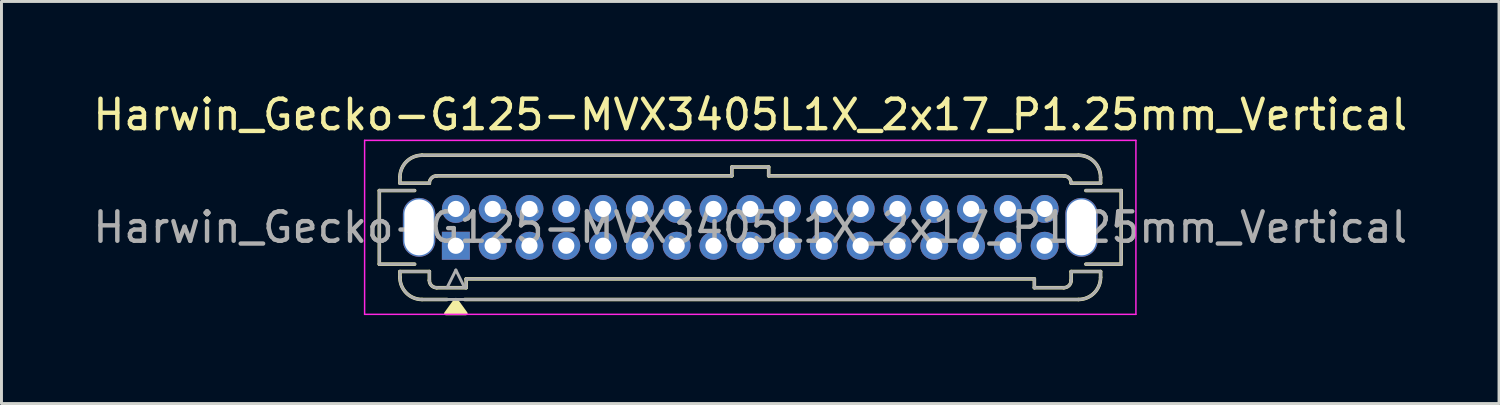
<source format=kicad_pcb>
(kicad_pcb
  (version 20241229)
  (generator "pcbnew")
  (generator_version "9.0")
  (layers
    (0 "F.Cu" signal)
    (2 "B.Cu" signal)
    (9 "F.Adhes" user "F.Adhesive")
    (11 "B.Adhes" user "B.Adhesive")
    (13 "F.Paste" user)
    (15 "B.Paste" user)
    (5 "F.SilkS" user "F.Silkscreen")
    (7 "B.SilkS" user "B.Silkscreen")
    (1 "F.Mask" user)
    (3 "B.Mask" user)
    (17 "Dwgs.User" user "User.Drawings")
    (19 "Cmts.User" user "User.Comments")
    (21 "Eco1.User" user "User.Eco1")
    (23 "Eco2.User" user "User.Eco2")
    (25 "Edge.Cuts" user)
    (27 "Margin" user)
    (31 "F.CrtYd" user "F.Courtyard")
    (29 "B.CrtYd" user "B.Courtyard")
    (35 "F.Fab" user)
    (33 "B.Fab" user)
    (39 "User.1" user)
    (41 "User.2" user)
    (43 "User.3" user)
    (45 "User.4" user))
  (footprint "Harwin_Gecko-G125-MVX3405L1X_2x17_P1.25mm_Vertical"
    (layer "F.Cu")
    (at 12.435 5.298)
    (property "Reference" "Harwin_Gecko-G125-MVX3405L1X_2x17_P1.25mm_Vertical" (at 10 -4.45 0) (layer "F.SilkS") (effects (font (size 1 1) (thickness 0.15))))
    (attr through_hole)
    (fp_line (start -2.6 -1.875) (end -2.6 0.625) (stroke (width 0.12) (type solid)) (layer "F.SilkS"))
    (fp_line (start -2.6 0.625) (end -1.4 0.625) (stroke (width 0.12) (type solid)) (layer "F.SilkS"))
    (fp_line (start -1.9 -2.325) (end -1.9 -2.125) (stroke (width 0.12) (type solid)) (layer "F.SilkS"))
    (fp_line (start -1.9 -2.125) (end -0.9 -2.125) (stroke (width 0.12) (type solid)) (layer "F.SilkS"))
    (fp_line (start -1.9 0.875) (end -0.9 0.875) (stroke (width 0.12) (type solid)) (layer "F.SilkS"))
    (fp_line (start -1.9 1.075) (end -1.9 0.875) (stroke (width 0.12) (type solid)) (layer "F.SilkS"))
    (fp_line (start -1.4 -1.875) (end -2.6 -1.875) (stroke (width 0.12) (type solid)) (layer "F.SilkS"))
    (fp_line (start -1.15 -3.075) (end 21.15 -3.075) (stroke (width 0.12) (type solid)) (layer "F.SilkS"))
    (fp_line (start -1.15 1.825) (end -0.3 1.825) (stroke (width 0.12) (type solid)) (layer "F.SilkS"))
    (fp_line (start -0.9 1.175) (end -0.9 0.875) (stroke (width 0.12) (type solid)) (layer "F.SilkS"))
    (fp_line (start -0.65 -2.375) (end 9.375 -2.375) (stroke (width 0.12) (type solid)) (layer "F.SilkS"))
    (fp_line (start -0.65 1.425) (end 0.35 1.425) (stroke (width 0.12) (type solid)) (layer "F.SilkS"))
    (fp_line (start 0.3 1.825) (end 21.15 1.825) (stroke (width 0.12) (type solid)) (layer "F.SilkS"))
    (fp_line (start 0.35 1.125) (end 19.65 1.125) (stroke (width 0.12) (type solid)) (layer "F.SilkS"))
    (fp_line (start 0.35 1.425) (end 0.35 1.125) (stroke (width 0.12) (type solid)) (layer "F.SilkS"))
    (fp_line (start 9.375 -2.675) (end 10.625 -2.675) (stroke (width 0.12) (type solid)) (layer "F.SilkS"))
    (fp_line (start 9.375 -2.375) (end 9.375 -2.675) (stroke (width 0.12) (type solid)) (layer "F.SilkS"))
    (fp_line (start 10.625 -2.675) (end 10.625 -2.375) (stroke (width 0.12) (type solid)) (layer "F.SilkS"))
    (fp_line (start 10.625 -2.375) (end 20.65 -2.375) (stroke (width 0.12) (type solid)) (layer "F.SilkS"))
    (fp_line (start 19.65 1.125) (end 19.65 1.425) (stroke (width 0.12) (type solid)) (layer "F.SilkS"))
    (fp_line (start 19.65 1.425) (end 20.65 1.425) (stroke (width 0.12) (type solid)) (layer "F.SilkS"))
    (fp_line (start 20.9 1.175) (end 20.9 0.875) (stroke (width 0.12) (type solid)) (layer "F.SilkS"))
    (fp_line (start 21.4 -1.875) (end 22.6 -1.875) (stroke (width 0.12) (type solid)) (layer "F.SilkS"))
    (fp_line (start 21.9 -2.325) (end 21.9 -2.125) (stroke (width 0.12) (type solid)) (layer "F.SilkS"))
    (fp_line (start 21.9 -2.125) (end 20.9 -2.125) (stroke (width 0.12) (type solid)) (layer "F.SilkS"))
    (fp_line (start 21.9 0.875) (end 20.9 0.875) (stroke (width 0.12) (type solid)) (layer "F.SilkS"))
    (fp_line (start 21.9 1.075) (end 21.9 0.875) (stroke (width 0.12) (type solid)) (layer "F.SilkS"))
    (fp_line (start 22.6 -1.875) (end 22.6 0.625) (stroke (width 0.12) (type solid)) (layer "F.SilkS"))
    (fp_line (start 22.6 0.625) (end 21.4 0.625) (stroke (width 0.12) (type solid)) (layer "F.SilkS"))
    (fp_arc (start -1.9 -2.325) (mid -1.68033 -2.85533) (end -1.15 -3.075) (stroke (width 0.12) (type solid)) (layer "F.SilkS"))
    (fp_arc (start -1.15 1.825) (mid -1.68033 1.60533) (end -1.9 1.075) (stroke (width 0.12) (type solid)) (layer "F.SilkS"))
    (fp_arc (start -0.9 -2.125) (mid -0.826777 -2.301777) (end -0.65 -2.375) (stroke (width 0.12) (type solid)) (layer "F.SilkS"))
    (fp_arc (start -0.65 1.425) (mid -0.826777 1.351777) (end -0.9 1.175) (stroke (width 0.12) (type solid)) (layer "F.SilkS"))
    (fp_arc (start 20.65 -2.375) (mid 20.826777 -2.301777) (end 20.9 -2.125) (stroke (width 0.12) (type solid)) (layer "F.SilkS"))
    (fp_arc (start 20.9 1.175) (mid 20.826777 1.351777) (end 20.65 1.425) (stroke (width 0.12) (type solid)) (layer "F.SilkS"))
    (fp_arc (start 21.15 -3.075) (mid 21.68033 -2.85533) (end 21.9 -2.325) (stroke (width 0.12) (type solid)) (layer "F.SilkS"))
    (fp_arc (start 21.9 1.075) (mid 21.68033 1.60533) (end 21.15 1.825) (stroke (width 0.12) (type solid)) (layer "F.SilkS"))
    (fp_poly (pts (xy 0 1.83) (xy -0.34 2.3) (xy 0.34 2.3) (xy 0 1.83)) (stroke (width 0.12) (type solid)) (fill yes) (layer "F.SilkS"))
    (fp_line (start -3.1 -3.58) (end -3.1 2.33) (stroke (width 0.05) (type solid)) (layer "F.CrtYd"))
    (fp_line (start -3.1 2.33) (end 23.1 2.33) (stroke (width 0.05) (type solid)) (layer "F.CrtYd"))
    (fp_line (start 23.1 -3.58) (end -3.1 -3.58) (stroke (width 0.05) (type solid)) (layer "F.CrtYd"))
    (fp_line (start 23.1 -3.58) (end 23.1 2.33) (stroke (width 0.05) (type solid)) (layer "F.CrtYd"))
    (fp_line (start -2.6 -1.875) (end -2.6 0.625) (stroke (width 0.1) (type solid)) (layer "F.Fab"))
    (fp_line (start -2.6 0.625) (end -1.4 0.625) (stroke (width 0.1) (type solid)) (layer "F.Fab"))
    (fp_line (start -1.9 -2.325) (end -1.9 -2.125) (stroke (width 0.1) (type solid)) (layer "F.Fab"))
    (fp_line (start -1.9 -2.125) (end -0.9 -2.125) (stroke (width 0.1) (type solid)) (layer "F.Fab"))
    (fp_line (start -1.9 0.875) (end -0.9 0.875) (stroke (width 0.1) (type solid)) (layer "F.Fab"))
    (fp_line (start -1.9 1.075) (end -1.9 0.875) (stroke (width 0.1) (type solid)) (layer "F.Fab"))
    (fp_line (start -1.4 -1.875) (end -2.6 -1.875) (stroke (width 0.1) (type solid)) (layer "F.Fab"))
    (fp_line (start -1.15 -3.075) (end 21.15 -3.075) (stroke (width 0.1) (type solid)) (layer "F.Fab"))
    (fp_line (start -1.15 1.825) (end 21.15 1.825) (stroke (width 0.1) (type solid)) (layer "F.Fab"))
    (fp_line (start -0.9 1.175) (end -0.9 0.875) (stroke (width 0.1) (type solid)) (layer "F.Fab"))
    (fp_line (start -0.65 -2.375) (end 9.375 -2.375) (stroke (width 0.1) (type solid)) (layer "F.Fab"))
    (fp_line (start -0.65 1.425) (end 0.35 1.425) (stroke (width 0.1) (type solid)) (layer "F.Fab"))
    (fp_line (start 0 0.825) (end -0.3 1.425) (stroke (width 0.1) (type solid)) (layer "F.Fab"))
    (fp_line (start 0.3 1.425) (end 0 0.825) (stroke (width 0.1) (type solid)) (layer "F.Fab"))
    (fp_line (start 0.35 1.125) (end 19.65 1.125) (stroke (width 0.1) (type solid)) (layer "F.Fab"))
    (fp_line (start 0.35 1.425) (end 0.35 1.125) (stroke (width 0.1) (type solid)) (layer "F.Fab"))
    (fp_line (start 9.375 -2.675) (end 10.625 -2.675) (stroke (width 0.1) (type solid)) (layer "F.Fab"))
    (fp_line (start 9.375 -2.375) (end 9.375 -2.675) (stroke (width 0.1) (type solid)) (layer "F.Fab"))
    (fp_line (start 10.625 -2.675) (end 10.625 -2.375) (stroke (width 0.1) (type solid)) (layer "F.Fab"))
    (fp_line (start 10.625 -2.375) (end 20.65 -2.375) (stroke (width 0.1) (type solid)) (layer "F.Fab"))
    (fp_line (start 19.65 1.125) (end 19.65 1.425) (stroke (width 0.1) (type solid)) (layer "F.Fab"))
    (fp_line (start 19.65 1.425) (end 20.65 1.425) (stroke (width 0.1) (type solid)) (layer "F.Fab"))
    (fp_line (start 20.9 1.175) (end 20.9 0.875) (stroke (width 0.1) (type solid)) (layer "F.Fab"))
    (fp_line (start 21.4 -1.875) (end 22.6 -1.875) (stroke (width 0.1) (type solid)) (layer "F.Fab"))
    (fp_line (start 21.9 -2.325) (end 21.9 -2.125) (stroke (width 0.1) (type solid)) (layer "F.Fab"))
    (fp_line (start 21.9 -2.125) (end 20.9 -2.125) (stroke (width 0.1) (type solid)) (layer "F.Fab"))
    (fp_line (start 21.9 0.875) (end 20.9 0.875) (stroke (width 0.1) (type solid)) (layer "F.Fab"))
    (fp_line (start 21.9 1.075) (end 21.9 0.875) (stroke (width 0.1) (type solid)) (layer "F.Fab"))
    (fp_line (start 22.6 -1.875) (end 22.6 0.625) (stroke (width 0.1) (type solid)) (layer "F.Fab"))
    (fp_line (start 22.6 0.625) (end 21.4 0.625) (stroke (width 0.1) (type solid)) (layer "F.Fab"))
    (fp_arc (start -1.9 -2.325) (mid -1.68033 -2.85533) (end -1.15 -3.075) (stroke (width 0.1) (type solid)) (layer "F.Fab"))
    (fp_arc (start -1.15 1.825) (mid -1.68033 1.60533) (end -1.9 1.075) (stroke (width 0.1) (type solid)) (layer "F.Fab"))
    (fp_arc (start -0.9 -2.125) (mid -0.826777 -2.301777) (end -0.65 -2.375) (stroke (width 0.1) (type solid)) (layer "F.Fab"))
    (fp_arc (start -0.65 1.425) (mid -0.826777 1.351777) (end -0.9 1.175) (stroke (width 0.1) (type solid)) (layer "F.Fab"))
    (fp_arc (start 20.65 -2.375) (mid 20.826777 -2.301777) (end 20.9 -2.125) (stroke (width 0.1) (type solid)) (layer "F.Fab"))
    (fp_arc (start 20.9 1.175) (mid 20.826777 1.351777) (end 20.65 1.425) (stroke (width 0.1) (type solid)) (layer "F.Fab"))
    (fp_arc (start 21.15 -3.075) (mid 21.68033 -2.85533) (end 21.9 -2.325) (stroke (width 0.1) (type solid)) (layer "F.Fab"))
    (fp_arc (start 21.9 1.075) (mid 21.68033 1.60533) (end 21.15 1.825) (stroke (width 0.1) (type solid)) (layer "F.Fab"))
    (fp_text user "${REFERENCE}" (at 10 -0.625 0) (layer "F.Fab") (effects (font (size 1 1) (thickness 0.15))))
    (pad "" np_thru_hole oval (at -1.25 -0.625) (size 1.1 2) (drill oval 1 1.9) (layers "*.Cu" "*.Mask"))
    (pad "" np_thru_hole oval (at 21.25 -0.625) (size 1.1 2) (drill oval 1 1.9) (layers "*.Cu" "*.Mask"))
    (pad "1" thru_hole rect (at 0 0) (size 0.95 0.95) (drill 0.55) (layers "*.Cu" "*.Mask"))
    (pad "2" thru_hole circle (at 1.25 0) (size 0.95 0.95) (drill 0.55) (layers "*.Cu" "*.Mask"))
    (pad "3" thru_hole circle (at 2.5 0) (size 0.95 0.95) (drill 0.55) (layers "*.Cu" "*.Mask"))
    (pad "4" thru_hole circle (at 3.75 0) (size 0.95 0.95) (drill 0.55) (layers "*.Cu" "*.Mask"))
    (pad "5" thru_hole circle (at 5 0) (size 0.95 0.95) (drill 0.55) (layers "*.Cu" "*.Mask"))
    (pad "6" thru_hole circle (at 6.25 0) (size 0.95 0.95) (drill 0.55) (layers "*.Cu" "*.Mask"))
    (pad "7" thru_hole circle (at 7.5 0) (size 0.95 0.95) (drill 0.55) (layers "*.Cu" "*.Mask"))
    (pad "8" thru_hole circle (at 8.75 0) (size 0.95 0.95) (drill 0.55) (layers "*.Cu" "*.Mask"))
    (pad "9" thru_hole circle (at 10 0) (size 0.95 0.95) (drill 0.55) (layers "*.Cu" "*.Mask"))
    (pad "10" thru_hole circle (at 11.25 0) (size 0.95 0.95) (drill 0.55) (layers "*.Cu" "*.Mask"))
    (pad "11" thru_hole circle (at 12.5 0) (size 0.95 0.95) (drill 0.55) (layers "*.Cu" "*.Mask"))
    (pad "12" thru_hole circle (at 13.75 0) (size 0.95 0.95) (drill 0.55) (layers "*.Cu" "*.Mask"))
    (pad "13" thru_hole circle (at 15 0) (size 0.95 0.95) (drill 0.55) (layers "*.Cu" "*.Mask"))
    (pad "14" thru_hole circle (at 16.25 0) (size 0.95 0.95) (drill 0.55) (layers "*.Cu" "*.Mask"))
    (pad "15" thru_hole circle (at 17.5 0) (size 0.95 0.95) (drill 0.55) (layers "*.Cu" "*.Mask"))
    (pad "16" thru_hole circle (at 18.75 0) (size 0.95 0.95) (drill 0.55) (layers "*.Cu" "*.Mask"))
    (pad "17" thru_hole circle (at 20 0) (size 0.95 0.95) (drill 0.55) (layers "*.Cu" "*.Mask"))
    (pad "18" thru_hole circle (at 0 -1.25) (size 0.95 0.95) (drill 0.55) (layers "*.Cu" "*.Mask"))
    (pad "19" thru_hole circle (at 1.25 -1.25) (size 0.95 0.95) (drill 0.55) (layers "*.Cu" "*.Mask"))
    (pad "20" thru_hole circle (at 2.5 -1.25) (size 0.95 0.95) (drill 0.55) (layers "*.Cu" "*.Mask"))
    (pad "21" thru_hole circle (at 3.75 -1.25) (size 0.95 0.95) (drill 0.55) (layers "*.Cu" "*.Mask"))
    (pad "22" thru_hole circle (at 5 -1.25) (size 0.95 0.95) (drill 0.55) (layers "*.Cu" "*.Mask"))
    (pad "23" thru_hole circle (at 6.25 -1.25) (size 0.95 0.95) (drill 0.55) (layers "*.Cu" "*.Mask"))
    (pad "24" thru_hole circle (at 7.5 -1.25) (size 0.95 0.95) (drill 0.55) (layers "*.Cu" "*.Mask"))
    (pad "25" thru_hole circle (at 8.75 -1.25) (size 0.95 0.95) (drill 0.55) (layers "*.Cu" "*.Mask"))
    (pad "26" thru_hole circle (at 10 -1.25) (size 0.95 0.95) (drill 0.55) (layers "*.Cu" "*.Mask"))
    (pad "27" thru_hole circle (at 11.25 -1.25) (size 0.95 0.95) (drill 0.55) (layers "*.Cu" "*.Mask"))
    (pad "28" thru_hole circle (at 12.5 -1.25) (size 0.95 0.95) (drill 0.55) (layers "*.Cu" "*.Mask"))
    (pad "29" thru_hole circle (at 13.75 -1.25) (size 0.95 0.95) (drill 0.55) (layers "*.Cu" "*.Mask"))
    (pad "30" thru_hole circle (at 15 -1.25) (size 0.95 0.95) (drill 0.55) (layers "*.Cu" "*.Mask"))
    (pad "31" thru_hole circle (at 16.25 -1.25) (size 0.95 0.95) (drill 0.55) (layers "*.Cu" "*.Mask"))
    (pad "32" thru_hole circle (at 17.5 -1.25) (size 0.95 0.95) (drill 0.55) (layers "*.Cu" "*.Mask"))
    (pad "33" thru_hole circle (at 18.75 -1.25) (size 0.95 0.95) (drill 0.55) (layers "*.Cu" "*.Mask"))
    (pad "34" thru_hole circle (at 20 -1.25) (size 0.95 0.95) (drill 0.55) (layers "*.Cu" "*.Mask")))
  (gr_rect
    (start -3 -3)
    (end 47.869 10.658)
    (stroke (width 0.1) (type default))
    (fill no)
    (layer "Edge.Cuts")))
</source>
